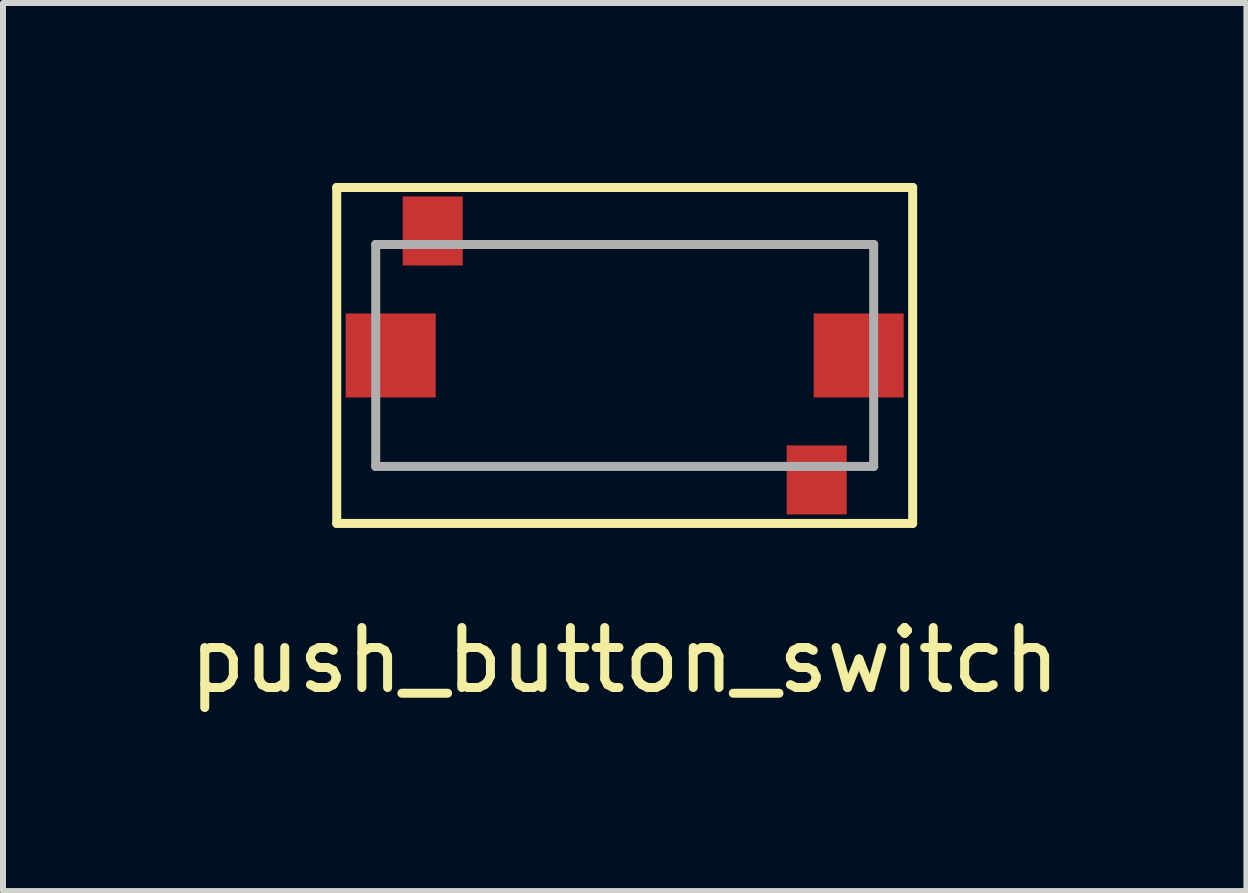
<source format=kicad_pcb>
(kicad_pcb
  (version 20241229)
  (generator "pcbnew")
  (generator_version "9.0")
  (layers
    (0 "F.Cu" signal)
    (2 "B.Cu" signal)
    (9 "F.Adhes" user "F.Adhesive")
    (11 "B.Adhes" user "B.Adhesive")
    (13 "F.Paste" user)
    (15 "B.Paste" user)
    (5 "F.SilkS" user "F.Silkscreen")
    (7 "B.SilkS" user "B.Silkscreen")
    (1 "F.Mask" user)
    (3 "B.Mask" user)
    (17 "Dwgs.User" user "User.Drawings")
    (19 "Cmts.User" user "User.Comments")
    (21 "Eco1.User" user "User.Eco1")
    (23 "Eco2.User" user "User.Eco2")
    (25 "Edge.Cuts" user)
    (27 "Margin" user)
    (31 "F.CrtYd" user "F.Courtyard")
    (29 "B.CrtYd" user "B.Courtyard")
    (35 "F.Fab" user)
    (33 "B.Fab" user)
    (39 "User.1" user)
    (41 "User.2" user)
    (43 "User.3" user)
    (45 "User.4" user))
  (footprint "push_button_switch"
    (layer "F.Cu")
    (at 7.363 2.875)
    (property "Reference" "push_button_switch" (at 0 5.08 0) (layer "F.SilkS") (effects (font (size 1 1) (thickness 0.15))))
    (attr through_hole)
    (fp_line (start -4.8 -2.8) (end -4.8 2.8) (stroke (width 0.15) (type solid)) (layer "F.SilkS"))
    (fp_line (start -4.8 -2.8) (end 4.8 -2.8) (stroke (width 0.15) (type solid)) (layer "F.SilkS"))
    (fp_line (start -4.8 2.8) (end 4.8 2.8) (stroke (width 0.15) (type solid)) (layer "F.SilkS"))
    (fp_line (start 4.8 2.8) (end 4.8 -2.8) (stroke (width 0.15) (type solid)) (layer "F.SilkS"))
    (fp_line (start -4.15 -1.85) (end -4.15 1.85) (stroke (width 0.15) (type solid)) (layer "F.Fab"))
    (fp_line (start -4.15 -1.85) (end 4.15 -1.85) (stroke (width 0.15) (type solid)) (layer "F.Fab"))
    (fp_line (start -4.15 1.85) (end 4.15 1.85) (stroke (width 0.15) (type solid)) (layer "F.Fab"))
    (fp_line (start 4.15 -1.85) (end 4.15 1.85) (stroke (width 0.15) (type solid)) (layer "F.Fab"))
    (pad "1" smd rect (at -3.9 0) (size 1.5 1.4) (layers "F.Cu" "F.Mask" "F.Paste"))
    (pad "2" smd rect (at 3.9 0) (size 1.5 1.4) (layers "F.Cu" "F.Mask" "F.Paste"))
    (pad "3" smd rect (at -3.2 -2.075) (size 1 1.15) (layers "F.Cu" "F.Mask" "F.Paste"))
    (pad "4" smd rect (at 3.2 2.075) (size 1 1.15) (layers "F.Cu" "F.Mask" "F.Paste")))
  (gr_rect
    (start -3 -3)
    (end 17.726 11.803)
    (stroke (width 0.1) (type default))
    (fill no)
    (layer "Edge.Cuts")))
</source>
